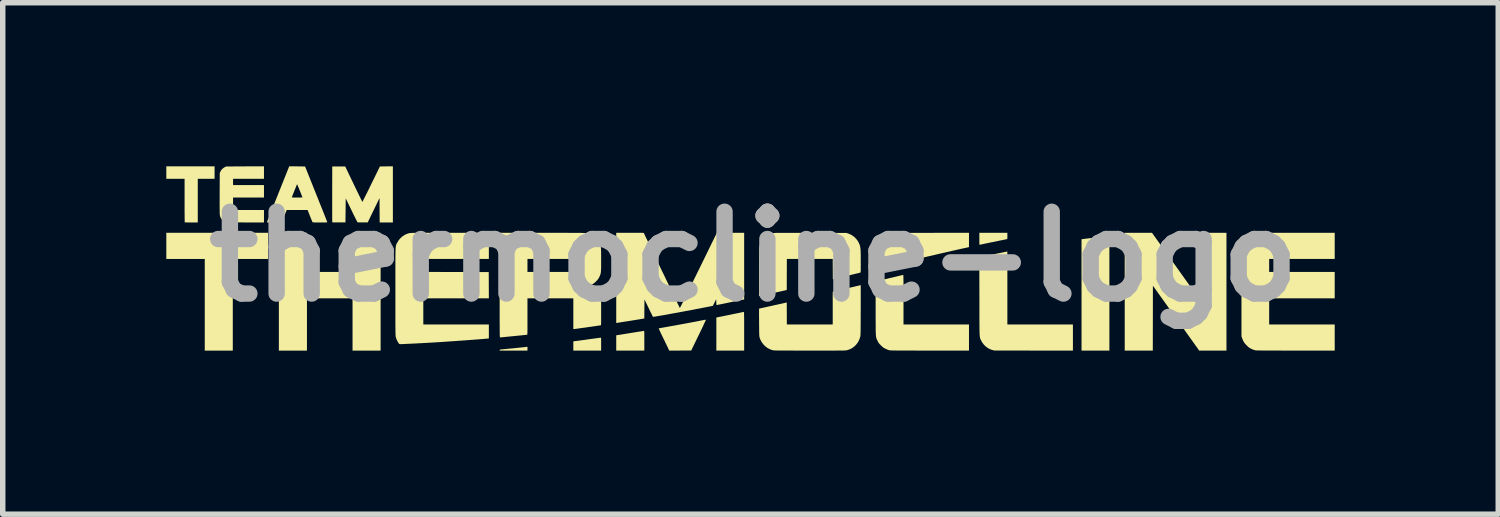
<source format=kicad_pcb>
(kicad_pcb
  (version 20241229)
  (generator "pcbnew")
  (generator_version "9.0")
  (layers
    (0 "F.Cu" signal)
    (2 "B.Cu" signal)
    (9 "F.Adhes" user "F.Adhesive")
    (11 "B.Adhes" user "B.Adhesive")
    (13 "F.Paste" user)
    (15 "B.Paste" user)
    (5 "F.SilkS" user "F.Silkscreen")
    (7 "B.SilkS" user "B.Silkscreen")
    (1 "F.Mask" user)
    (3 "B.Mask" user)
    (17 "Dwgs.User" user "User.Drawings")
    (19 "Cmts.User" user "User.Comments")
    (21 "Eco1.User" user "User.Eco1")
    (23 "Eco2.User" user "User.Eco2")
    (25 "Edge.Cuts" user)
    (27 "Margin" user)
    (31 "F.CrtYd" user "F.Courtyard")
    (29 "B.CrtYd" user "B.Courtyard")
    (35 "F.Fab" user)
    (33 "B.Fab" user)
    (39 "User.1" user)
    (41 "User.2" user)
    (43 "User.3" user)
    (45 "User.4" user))
  (footprint "thermocline-logo"
    (layer "F.Cu")
    (at 10.773 1.655)
    (property "Reference" "thermocline-logo" (at 0 0 0) (layer "F.Fab") (effects (font (size 1.5 1.5) (thickness 0.3))))
    (attr board_only exclude_from_pos_files exclude_from_bom)
    (fp_poly (pts (xy -8.907 -0.196) (xy -8.907 0.044) (xy -9.23 0.044) (xy -9.554 0.044) (xy -9.554 0.885) (xy -9.554 1.725) (xy -9.811 1.725) (xy -10.068 1.725) (xy -10.068 0.885) (xy -10.068 0.044) (xy -10.421 0.044) (xy -10.773 0.044) (xy -10.773 -0.196) (xy -10.773 -0.436) (xy -9.84 -0.436) (xy -8.907 -0.436)) (stroke (width 0) (type solid)) (fill yes) (layer "F.SilkS"))
    (fp_poly (pts (xy 7.728 0.159) (xy 8.152 0.754) (xy 8.153 0.159) (xy 8.154 -0.436) (xy 8.412 -0.436) (xy 8.669 -0.436) (xy 8.669 0.645) (xy 8.669 1.725) (xy 8.419 1.725) (xy 8.169 1.725) (xy 7.745 1.13) (xy 7.32 0.535) (xy 7.319 1.13) (xy 7.318 1.725) (xy 7.061 1.725) (xy 6.803 1.725) (xy 6.803 0.645) (xy 6.803 -0.436) (xy 7.053 -0.436) (xy 7.303 -0.436)) (stroke (width 0) (type solid)) (fill yes) (layer "F.SilkS"))
    (fp_poly (pts (xy -8.194 -0.077) (xy -8.194 0.282) (xy -7.776 0.282) (xy -7.358 0.282) (xy -7.358 -0.077) (xy -7.358 -0.436) (xy -7.1 -0.436) (xy -6.843 -0.436) (xy -6.843 0.645) (xy -6.843 1.725) (xy -7.1 1.725) (xy -7.358 1.725) (xy -7.358 1.245) (xy -7.358 0.766) (xy -7.776 0.766) (xy -8.194 0.766) (xy -8.194 1.245) (xy -8.194 1.725) (xy -8.451 1.725) (xy -8.709 1.725) (xy -8.709 0.645) (xy -8.709 -0.436) (xy -8.451 -0.436) (xy -8.194 -0.436)) (stroke (width 0) (type solid)) (fill yes) (layer "F.SilkS"))
    (fp_poly (pts (xy -4.15 1.689) (xy -4.15 1.725) (xy -4.405 1.725) (xy -4.661 1.725) (xy -4.659 1.715) (xy -4.657 1.708) (xy -4.65 1.705) (xy -4.64 1.704) (xy -4.63 1.703) (xy -4.612 1.701) (xy -4.588 1.699) (xy -4.559 1.696) (xy -4.526 1.693) (xy -4.489 1.689) (xy -4.45 1.686) (xy -4.41 1.682) (xy -4.37 1.678) (xy -4.331 1.674) (xy -4.293 1.67) (xy -4.259 1.666) (xy -4.228 1.663) (xy -4.202 1.661) (xy -4.183 1.658) (xy -4.17 1.657) (xy -4.166 1.656) (xy -4.15 1.654)) (stroke (width 0) (type solid)) (fill yes) (layer "F.SilkS"))
    (fp_poly (pts (xy 6.522 0.676) (xy 6.522 1.725) (xy 6.266 1.725) (xy 6.011 1.725) (xy 6.011 0.704) (xy 6.011 -0.317) (xy 6.021 -0.319) (xy 6.029 -0.32) (xy 6.044 -0.322) (xy 6.066 -0.325) (xy 6.093 -0.328) (xy 6.125 -0.332) (xy 6.16 -0.336) (xy 6.197 -0.34) (xy 6.235 -0.344) (xy 6.273 -0.348) (xy 6.309 -0.352) (xy 6.344 -0.356) (xy 6.375 -0.359) (xy 6.394 -0.361) (xy 6.423 -0.363) (xy 6.45 -0.366) (xy 6.473 -0.368) (xy 6.492 -0.37) (xy 6.503 -0.371) (xy 6.505 -0.371) (xy 6.522 -0.373)) (stroke (width 0) (type solid)) (fill yes) (layer "F.SilkS"))
    (fp_poly (pts (xy -2.804 1.488) (xy -2.802 1.49) (xy -2.801 1.495) (xy -2.8 1.504) (xy -2.799 1.517) (xy -2.799 1.536) (xy -2.799 1.561) (xy -2.799 1.594) (xy -2.799 1.606) (xy -2.799 1.725) (xy -3.054 1.725) (xy -3.309 1.725) (xy -3.309 1.64) (xy -3.309 1.555) (xy -3.2 1.541) (xy -3.166 1.536) (xy -3.126 1.531) (xy -3.082 1.525) (xy -3.036 1.518) (xy -2.992 1.512) (xy -2.953 1.507) (xy -2.919 1.502) (xy -2.887 1.498) (xy -2.859 1.494) (xy -2.836 1.491) (xy -2.819 1.489) (xy -2.809 1.488) (xy -2.806 1.487)) (stroke (width 0) (type solid)) (fill yes) (layer "F.SilkS"))
    (fp_poly (pts (xy -9.888 -1.54) (xy -9.888 -1.426) (xy -10.042 -1.426) (xy -10.196 -1.426) (xy -10.196 -1.025) (xy -10.196 -0.625) (xy -10.314 -0.625) (xy -10.346 -0.625) (xy -10.374 -0.625) (xy -10.398 -0.626) (xy -10.418 -0.626) (xy -10.43 -0.627) (xy -10.435 -0.628) (xy -10.435 -0.628) (xy -10.436 -0.633) (xy -10.436 -0.645) (xy -10.436 -0.666) (xy -10.437 -0.693) (xy -10.437 -0.727) (xy -10.437 -0.766) (xy -10.438 -0.811) (xy -10.438 -0.86) (xy -10.438 -0.912) (xy -10.438 -0.968) (xy -10.438 -1.026) (xy -10.438 -1.028) (xy -10.438 -1.426) (xy -10.605 -1.426) (xy -10.773 -1.426) (xy -10.773 -1.54) (xy -10.773 -1.655) (xy -10.33 -1.655) (xy -9.888 -1.655)) (stroke (width 0) (type solid)) (fill yes) (layer "F.SilkS"))
    (fp_poly (pts (xy -2.011 1.363) (xy -2.01 1.368) (xy -2.009 1.378) (xy -2.008 1.393) (xy -2.007 1.414) (xy -2.007 1.441) (xy -2.007 1.476) (xy -2.007 1.518) (xy -2.007 1.543) (xy -2.007 1.725) (xy -2.264 1.725) (xy -2.522 1.725) (xy -2.522 1.585) (xy -2.522 1.444) (xy -2.492 1.439) (xy -2.48 1.438) (xy -2.462 1.435) (xy -2.437 1.431) (xy -2.407 1.426) (xy -2.373 1.42) (xy -2.337 1.415) (xy -2.308 1.41) (xy -2.269 1.404) (xy -2.229 1.397) (xy -2.19 1.391) (xy -2.154 1.385) (xy -2.122 1.38) (xy -2.097 1.376) (xy -2.086 1.375) (xy -2.062 1.371) (xy -2.041 1.367) (xy -2.025 1.365) (xy -2.015 1.363) (xy -2.012 1.362)) (stroke (width 0) (type solid)) (fill yes) (layer "F.SilkS"))
    (fp_poly (pts (xy -0.18 1.015) (xy -0.18 1.02) (xy -0.179 1.029) (xy -0.178 1.043) (xy -0.178 1.061) (xy -0.177 1.085) (xy -0.177 1.115) (xy -0.176 1.151) (xy -0.176 1.195) (xy -0.176 1.245) (xy -0.176 1.304) (xy -0.176 1.369) (xy -0.176 1.725) (xy -0.431 1.725) (xy -0.686 1.725) (xy -0.686 1.422) (xy -0.686 1.118) (xy -0.663 1.114) (xy -0.652 1.111) (xy -0.633 1.107) (xy -0.607 1.102) (xy -0.576 1.096) (xy -0.542 1.089) (xy -0.504 1.081) (xy -0.465 1.073) (xy -0.425 1.065) (xy -0.386 1.057) (xy -0.349 1.049) (xy -0.315 1.042) (xy -0.284 1.036) (xy -0.273 1.034) (xy -0.246 1.028) (xy -0.222 1.023) (xy -0.203 1.019) (xy -0.189 1.016) (xy -0.182 1.014) (xy -0.182 1.014)) (stroke (width 0) (type solid)) (fill yes) (layer "F.SilkS"))
    (fp_poly (pts (xy 4.651 -0.379) (xy 4.651 -0.355) (xy 4.651 -0.339) (xy 4.65 -0.329) (xy 4.648 -0.323) (xy 4.646 -0.321) (xy 4.642 -0.319) (xy 4.641 -0.319) (xy 4.635 -0.318) (xy 4.621 -0.315) (xy 4.6 -0.311) (xy 4.574 -0.305) (xy 4.543 -0.299) (xy 4.508 -0.292) (xy 4.471 -0.284) (xy 4.46 -0.282) (xy 4.419 -0.273) (xy 4.377 -0.265) (xy 4.336 -0.257) (xy 4.298 -0.249) (xy 4.265 -0.242) (xy 4.236 -0.236) (xy 4.216 -0.231) (xy 4.192 -0.226) (xy 4.17 -0.222) (xy 4.154 -0.218) (xy 4.143 -0.216) (xy 4.14 -0.216) (xy 4.139 -0.22) (xy 4.138 -0.232) (xy 4.137 -0.25) (xy 4.137 -0.273) (xy 4.137 -0.301) (xy 4.137 -0.326) (xy 4.137 -0.436) (xy 4.394 -0.436) (xy 4.651 -0.436)) (stroke (width 0) (type solid)) (fill yes) (layer "F.SilkS"))
    (fp_poly (pts (xy -0.879 1.162) (xy -0.883 1.174) (xy -0.891 1.192) (xy -0.903 1.216) (xy -0.917 1.246) (xy -0.933 1.282) (xy -0.952 1.321) (xy -0.973 1.365) (xy -0.996 1.412) (xy -1.01 1.441) (xy -1.147 1.723) (xy -1.348 1.724) (xy -1.55 1.725) (xy -1.573 1.676) (xy -1.58 1.66) (xy -1.591 1.638) (xy -1.604 1.61) (xy -1.62 1.579) (xy -1.636 1.544) (xy -1.654 1.508) (xy -1.671 1.472) (xy -1.688 1.438) (xy -1.703 1.406) (xy -1.716 1.378) (xy -1.727 1.355) (xy -1.736 1.336) (xy -1.741 1.323) (xy -1.743 1.317) (xy -1.743 1.317) (xy -1.739 1.316) (xy -1.726 1.314) (xy -1.707 1.31) (xy -1.682 1.306) (xy -1.652 1.3) (xy -1.618 1.294) (xy -1.582 1.288) (xy -1.578 1.287) (xy -1.512 1.275) (xy -1.441 1.263) (xy -1.369 1.249) (xy -1.295 1.236) (xy -1.222 1.222) (xy -1.152 1.209) (xy -1.086 1.197) (xy -1.025 1.185) (xy -0.984 1.177) (xy -0.955 1.171) (xy -0.929 1.166) (xy -0.907 1.162) (xy -0.89 1.16) (xy -0.88 1.158) (xy -0.878 1.158)) (stroke (width 0) (type solid)) (fill yes) (layer "F.SilkS"))
    (fp_poly (pts (xy -8.982 -1.54) (xy -8.982 -1.426) (xy -9.265 -1.426) (xy -9.549 -1.426) (xy -9.549 -1.369) (xy -9.549 -1.311) (xy -9.265 -1.311) (xy -8.982 -1.311) (xy -8.982 -1.197) (xy -8.982 -1.083) (xy -9.265 -1.083) (xy -9.549 -1.083) (xy -9.549 -0.968) (xy -9.549 -0.854) (xy -9.265 -0.854) (xy -8.982 -0.854) (xy -8.982 -0.739) (xy -8.982 -0.625) (xy -9.313 -0.625) (xy -9.366 -0.626) (xy -9.418 -0.626) (xy -9.467 -0.626) (xy -9.512 -0.626) (xy -9.553 -0.627) (xy -9.588 -0.627) (xy -9.618 -0.628) (xy -9.641 -0.628) (xy -9.657 -0.629) (xy -9.665 -0.629) (xy -9.665 -0.629) (xy -9.698 -0.639) (xy -9.729 -0.657) (xy -9.747 -0.673) (xy -9.77 -0.701) (xy -9.784 -0.732) (xy -9.792 -0.762) (xy -9.792 -0.772) (xy -9.793 -0.79) (xy -9.794 -0.816) (xy -9.794 -0.849) (xy -9.795 -0.89) (xy -9.795 -0.937) (xy -9.795 -0.991) (xy -9.795 -1.051) (xy -9.795 -1.116) (xy -9.795 -1.16) (xy -9.793 -1.529) (xy -9.783 -1.554) (xy -9.766 -1.585) (xy -9.742 -1.612) (xy -9.713 -1.633) (xy -9.704 -1.638) (xy -9.675 -1.652) (xy -9.328 -1.654) (xy -8.982 -1.655)) (stroke (width 0) (type solid)) (fill yes) (layer "F.SilkS"))
    (fp_poly (pts (xy 3.947 -0.305) (xy 3.947 -0.173) (xy 3.852 -0.152) (xy 3.821 -0.146) (xy 3.791 -0.139) (xy 3.762 -0.132) (xy 3.731 -0.126) (xy 3.699 -0.118) (xy 3.663 -0.11) (xy 3.623 -0.101) (xy 3.577 -0.09) (xy 3.526 -0.079) (xy 3.467 -0.065) (xy 3.461 -0.064) (xy 3.406 -0.051) (xy 3.358 -0.04) (xy 3.317 -0.03) (xy 3.282 -0.022) (xy 3.251 -0.015) (xy 3.225 -0.009) (xy 3.201 -0.004) (xy 3.18 0.001) (xy 3.16 0.006) (xy 3.14 0.011) (xy 3.12 0.016) (xy 3.097 0.021) (xy 3.094 0.022) (xy 3.002 0.044) (xy 2.874 0.044) (xy 2.746 0.044) (xy 2.746 0.075) (xy 2.746 0.09) (xy 2.745 0.101) (xy 2.744 0.106) (xy 2.744 0.106) (xy 2.739 0.107) (xy 2.726 0.11) (xy 2.705 0.115) (xy 2.677 0.121) (xy 2.642 0.13) (xy 2.6 0.14) (xy 2.552 0.151) (xy 2.497 0.165) (xy 2.437 0.179) (xy 2.372 0.195) (xy 2.301 0.212) (xy 2.296 0.213) (xy 2.235 0.228) (xy 2.235 0.039) (xy 2.236 -0.012) (xy 2.236 -0.054) (xy 2.236 -0.09) (xy 2.237 -0.12) (xy 2.238 -0.144) (xy 2.24 -0.165) (xy 2.243 -0.183) (xy 2.246 -0.198) (xy 2.251 -0.212) (xy 2.256 -0.226) (xy 2.263 -0.241) (xy 2.27 -0.255) (xy 2.279 -0.274) (xy 2.289 -0.29) (xy 2.299 -0.304) (xy 2.313 -0.32) (xy 2.332 -0.339) (xy 2.332 -0.339) (xy 2.36 -0.365) (xy 2.387 -0.386) (xy 2.416 -0.403) (xy 2.449 -0.417) (xy 2.464 -0.423) (xy 2.493 -0.433) (xy 3.22 -0.435) (xy 3.947 -0.436)) (stroke (width 0) (type solid)) (fill yes) (layer "F.SilkS"))
    (fp_poly (pts (xy -6.618 -1.14) (xy -6.618 -0.625) (xy -6.739 -0.625) (xy -6.86 -0.625) (xy -6.862 -0.849) (xy -6.863 -1.073) (xy -6.971 -0.85) (xy -7.079 -0.627) (xy -7.171 -0.626) (xy -7.202 -0.626) (xy -7.229 -0.626) (xy -7.249 -0.627) (xy -7.262 -0.628) (xy -7.267 -0.629) (xy -7.27 -0.634) (xy -7.276 -0.646) (xy -7.286 -0.664) (xy -7.298 -0.688) (xy -7.312 -0.717) (xy -7.329 -0.75) (xy -7.347 -0.787) (xy -7.366 -0.827) (xy -7.378 -0.851) (xy -7.483 -1.068) (xy -7.485 -0.848) (xy -7.488 -0.627) (xy -7.608 -0.626) (xy -7.645 -0.626) (xy -7.674 -0.626) (xy -7.697 -0.626) (xy -7.712 -0.627) (xy -7.723 -0.628) (xy -7.728 -0.629) (xy -7.73 -0.63) (xy -7.73 -0.635) (xy -7.73 -0.649) (xy -7.73 -0.67) (xy -7.731 -0.698) (xy -7.731 -0.732) (xy -7.731 -0.773) (xy -7.731 -0.819) (xy -7.731 -0.87) (xy -7.731 -0.926) (xy -7.731 -0.985) (xy -7.731 -1.047) (xy -7.731 -1.113) (xy -7.731 -1.144) (xy -7.73 -1.652) (xy -7.611 -1.652) (xy -7.492 -1.652) (xy -7.337 -1.329) (xy -7.313 -1.279) (xy -7.29 -1.231) (xy -7.268 -1.186) (xy -7.248 -1.145) (xy -7.23 -1.108) (xy -7.214 -1.075) (xy -7.201 -1.048) (xy -7.19 -1.027) (xy -7.183 -1.012) (xy -7.179 -1.004) (xy -7.178 -1.003) (xy -7.176 -1.006) (xy -7.17 -1.017) (xy -7.161 -1.034) (xy -7.149 -1.058) (xy -7.134 -1.087) (xy -7.117 -1.122) (xy -7.097 -1.16) (xy -7.076 -1.203) (xy -7.053 -1.249) (xy -7.03 -1.298) (xy -7.016 -1.326) (xy -6.856 -1.652) (xy -6.737 -1.654) (xy -6.618 -1.655)) (stroke (width 0) (type solid)) (fill yes) (layer "F.SilkS"))
    (fp_poly (pts (xy 4.65 -0.088) (xy 4.65 -0.075) (xy 4.65 -0.055) (xy 4.65 -0.027) (xy 4.651 0.008) (xy 4.651 0.049) (xy 4.651 0.096) (xy 4.651 0.148) (xy 4.651 0.206) (xy 4.651 0.268) (xy 4.651 0.334) (xy 4.651 0.404) (xy 4.651 0.476) (xy 4.651 0.552) (xy 4.651 0.576) (xy 4.651 1.245) (xy 5.252 1.245) (xy 5.853 1.245) (xy 5.853 1.485) (xy 5.853 1.725) (xy 5.134 1.725) (xy 5.055 1.724) (xy 4.979 1.724) (xy 4.905 1.724) (xy 4.834 1.724) (xy 4.768 1.724) (xy 4.705 1.724) (xy 4.647 1.724) (xy 4.594 1.724) (xy 4.547 1.723) (xy 4.506 1.723) (xy 4.471 1.723) (xy 4.443 1.723) (xy 4.423 1.723) (xy 4.411 1.722) (xy 4.407 1.722) (xy 4.354 1.707) (xy 4.305 1.685) (xy 4.262 1.656) (xy 4.224 1.62) (xy 4.192 1.579) (xy 4.174 1.547) (xy 4.169 1.538) (xy 4.165 1.53) (xy 4.162 1.523) (xy 4.158 1.517) (xy 4.155 1.51) (xy 4.153 1.502) (xy 4.15 1.494) (xy 4.148 1.484) (xy 4.146 1.472) (xy 4.145 1.458) (xy 4.143 1.442) (xy 4.142 1.422) (xy 4.141 1.399) (xy 4.14 1.371) (xy 4.14 1.34) (xy 4.139 1.303) (xy 4.139 1.262) (xy 4.139 1.215) (xy 4.138 1.161) (xy 4.138 1.102) (xy 4.138 1.035) (xy 4.138 0.961) (xy 4.138 0.88) (xy 4.138 0.79) (xy 4.138 0.734) (xy 4.136 0.014) (xy 4.146 0.012) (xy 4.155 0.01) (xy 4.171 0.006) (xy 4.193 0.001) (xy 4.221 -0.004) (xy 4.253 -0.011) (xy 4.289 -0.019) (xy 4.327 -0.027) (xy 4.367 -0.035) (xy 4.408 -0.043) (xy 4.448 -0.052) (xy 4.487 -0.06) (xy 4.524 -0.067) (xy 4.558 -0.074) (xy 4.588 -0.08) (xy 4.613 -0.085) (xy 4.633 -0.089) (xy 4.645 -0.092) (xy 4.65 -0.092)) (stroke (width 0) (type solid)) (fill yes) (layer "F.SilkS"))
    (fp_poly (pts (xy 9.74 -0.436) (xy 9.824 -0.436) (xy 9.917 -0.436) (xy 9.941 -0.436) (xy 10.654 -0.436) (xy 10.654 -0.196) (xy 10.654 0.044) (xy 10.053 0.044) (xy 9.452 0.044) (xy 9.452 0.163) (xy 9.452 0.282) (xy 10.053 0.282) (xy 10.654 0.282) (xy 10.654 0.524) (xy 10.654 0.766) (xy 10.053 0.766) (xy 9.452 0.766) (xy 9.452 1.006) (xy 9.452 1.245) (xy 10.053 1.245) (xy 10.654 1.245) (xy 10.654 1.485) (xy 10.654 1.725) (xy 9.938 1.725) (xy 9.842 1.725) (xy 9.755 1.725) (xy 9.676 1.724) (xy 9.604 1.724) (xy 9.54 1.724) (xy 9.483 1.724) (xy 9.432 1.724) (xy 9.387 1.724) (xy 9.349 1.723) (xy 9.315 1.723) (xy 9.286 1.722) (xy 9.262 1.722) (xy 9.242 1.722) (xy 9.226 1.721) (xy 9.214 1.72) (xy 9.204 1.72) (xy 9.197 1.719) (xy 9.193 1.718) (xy 9.176 1.713) (xy 9.155 1.706) (xy 9.133 1.696) (xy 9.123 1.691) (xy 9.102 1.681) (xy 9.086 1.671) (xy 9.07 1.658) (xy 9.053 1.643) (xy 9.041 1.631) (xy 9.012 1.6) (xy 8.989 1.569) (xy 8.972 1.537) (xy 8.957 1.5) (xy 8.956 1.497) (xy 8.944 1.463) (xy 8.944 0.645) (xy 8.944 -0.174) (xy 8.956 -0.209) (xy 8.971 -0.245) (xy 8.989 -0.278) (xy 9.012 -0.309) (xy 9.041 -0.341) (xy 9.06 -0.36) (xy 9.075 -0.373) (xy 9.09 -0.384) (xy 9.107 -0.394) (xy 9.122 -0.401) (xy 9.131 -0.406) (xy 9.139 -0.41) (xy 9.146 -0.413) (xy 9.153 -0.417) (xy 9.161 -0.42) (xy 9.169 -0.422) (xy 9.178 -0.424) (xy 9.189 -0.426) (xy 9.202 -0.428) (xy 9.217 -0.43) (xy 9.235 -0.431) (xy 9.256 -0.432) (xy 9.281 -0.433) (xy 9.31 -0.434) (xy 9.344 -0.434) (xy 9.382 -0.435) (xy 9.426 -0.435) (xy 9.475 -0.435) (xy 9.531 -0.436) (xy 9.593 -0.436) (xy 9.663 -0.436)) (stroke (width 0) (type solid)) (fill yes) (layer "F.SilkS"))
    (fp_poly (pts (xy 2.741 0.337) (xy 2.742 0.34) (xy 2.742 0.344) (xy 2.743 0.351) (xy 2.744 0.362) (xy 2.744 0.375) (xy 2.745 0.393) (xy 2.745 0.415) (xy 2.745 0.442) (xy 2.746 0.475) (xy 2.746 0.514) (xy 2.746 0.559) (xy 2.746 0.611) (xy 2.746 0.671) (xy 2.746 0.739) (xy 2.746 0.79) (xy 2.746 1.245) (xy 3.347 1.245) (xy 3.947 1.245) (xy 3.947 1.485) (xy 3.947 1.725) (xy 3.231 1.725) (xy 3.136 1.725) (xy 3.048 1.725) (xy 2.969 1.724) (xy 2.898 1.724) (xy 2.834 1.724) (xy 2.777 1.724) (xy 2.726 1.724) (xy 2.681 1.724) (xy 2.642 1.723) (xy 2.608 1.723) (xy 2.58 1.722) (xy 2.556 1.722) (xy 2.536 1.722) (xy 2.52 1.721) (xy 2.507 1.72) (xy 2.497 1.72) (xy 2.49 1.719) (xy 2.486 1.718) (xy 2.47 1.713) (xy 2.449 1.706) (xy 2.427 1.696) (xy 2.416 1.691) (xy 2.397 1.681) (xy 2.381 1.672) (xy 2.366 1.661) (xy 2.35 1.646) (xy 2.332 1.629) (xy 2.313 1.61) (xy 2.299 1.594) (xy 2.289 1.58) (xy 2.28 1.565) (xy 2.27 1.546) (xy 2.269 1.545) (xy 2.264 1.534) (xy 2.26 1.525) (xy 2.256 1.516) (xy 2.252 1.507) (xy 2.249 1.498) (xy 2.246 1.487) (xy 2.244 1.475) (xy 2.242 1.462) (xy 2.24 1.445) (xy 2.239 1.426) (xy 2.238 1.402) (xy 2.237 1.375) (xy 2.236 1.343) (xy 2.236 1.306) (xy 2.236 1.263) (xy 2.236 1.214) (xy 2.235 1.158) (xy 2.235 1.095) (xy 2.235 1.025) (xy 2.235 0.949) (xy 2.235 0.458) (xy 2.252 0.453) (xy 2.261 0.451) (xy 2.278 0.447) (xy 2.301 0.441) (xy 2.331 0.434) (xy 2.366 0.426) (xy 2.406 0.416) (xy 2.449 0.406) (xy 2.496 0.394) (xy 2.545 0.383) (xy 2.595 0.371) (xy 2.636 0.361) (xy 2.664 0.354) (xy 2.689 0.348) (xy 2.711 0.343) (xy 2.727 0.339) (xy 2.737 0.337) (xy 2.738 0.336) (xy 2.739 0.336)) (stroke (width 0) (type solid)) (fill yes) (layer "F.SilkS"))
    (fp_poly (pts (xy 0.684 -0.435) (xy 0.744 -0.435) (xy 0.81 -0.435) (xy 0.884 -0.435) (xy 0.966 -0.435) (xy 1.041 -0.435) (xy 1.701 -0.433) (xy 1.738 -0.421) (xy 1.784 -0.4) (xy 1.827 -0.373) (xy 1.865 -0.339) (xy 1.898 -0.3) (xy 1.924 -0.258) (xy 1.942 -0.216) (xy 1.947 -0.201) (xy 1.95 -0.186) (xy 1.953 -0.17) (xy 1.956 -0.152) (xy 1.958 -0.13) (xy 1.96 -0.104) (xy 1.961 -0.074) (xy 1.962 -0.038) (xy 1.962 0.005) (xy 1.962 0.054) (xy 1.962 0.1) (xy 1.963 0.146) (xy 1.962 0.184) (xy 1.962 0.215) (xy 1.962 0.239) (xy 1.962 0.258) (xy 1.961 0.272) (xy 1.96 0.281) (xy 1.959 0.288) (xy 1.958 0.291) (xy 1.956 0.293) (xy 1.955 0.294) (xy 1.949 0.295) (xy 1.936 0.299) (xy 1.916 0.304) (xy 1.889 0.31) (xy 1.857 0.318) (xy 1.82 0.327) (xy 1.78 0.337) (xy 1.736 0.348) (xy 1.699 0.357) (xy 1.45 0.416) (xy 1.449 0.23) (xy 1.448 0.044) (xy 1.028 0.044) (xy 0.607 0.044) (xy 0.606 0.329) (xy 0.605 0.613) (xy 0.365 0.667) (xy 0.32 0.677) (xy 0.277 0.686) (xy 0.238 0.695) (xy 0.202 0.703) (xy 0.171 0.71) (xy 0.145 0.716) (xy 0.126 0.72) (xy 0.114 0.722) (xy 0.111 0.723) (xy 0.097 0.726) (xy 0.098 0.278) (xy 0.098 0.205) (xy 0.098 0.141) (xy 0.099 0.084) (xy 0.099 0.034) (xy 0.099 -0.009) (xy 0.1 -0.046) (xy 0.1 -0.078) (xy 0.1 -0.104) (xy 0.101 -0.126) (xy 0.101 -0.143) (xy 0.102 -0.157) (xy 0.103 -0.169) (xy 0.104 -0.178) (xy 0.105 -0.185) (xy 0.106 -0.19) (xy 0.107 -0.195) (xy 0.107 -0.196) (xy 0.127 -0.246) (xy 0.153 -0.292) (xy 0.186 -0.332) (xy 0.224 -0.367) (xy 0.268 -0.396) (xy 0.315 -0.418) (xy 0.346 -0.427) (xy 0.351 -0.428) (xy 0.356 -0.429) (xy 0.361 -0.43) (xy 0.368 -0.431) (xy 0.376 -0.432) (xy 0.386 -0.433) (xy 0.398 -0.433) (xy 0.413 -0.434) (xy 0.431 -0.434) (xy 0.453 -0.434) (xy 0.479 -0.435) (xy 0.509 -0.435) (xy 0.544 -0.435) (xy 0.585 -0.435) (xy 0.631 -0.435)) (stroke (width 0) (type solid)) (fill yes) (layer "F.SilkS"))
    (fp_poly (pts (xy -8.373 -1.654) (xy -8.228 -1.652) (xy -8.024 -1.142) (xy -7.998 -1.078) (xy -7.974 -1.016) (xy -7.95 -0.957) (xy -7.928 -0.902) (xy -7.907 -0.85) (xy -7.888 -0.802) (xy -7.871 -0.759) (xy -7.856 -0.721) (xy -7.844 -0.689) (xy -7.833 -0.664) (xy -7.826 -0.644) (xy -7.821 -0.632) (xy -7.82 -0.628) (xy -7.824 -0.627) (xy -7.836 -0.627) (xy -7.855 -0.626) (xy -7.879 -0.625) (xy -7.908 -0.625) (xy -7.94 -0.625) (xy -7.953 -0.625) (xy -7.994 -0.625) (xy -8.026 -0.625) (xy -8.051 -0.626) (xy -8.069 -0.627) (xy -8.082 -0.628) (xy -8.089 -0.629) (xy -8.091 -0.63) (xy -8.094 -0.636) (xy -8.1 -0.648) (xy -8.107 -0.667) (xy -8.117 -0.69) (xy -8.128 -0.717) (xy -8.139 -0.745) (xy -8.182 -0.854) (xy -8.374 -0.854) (xy -8.566 -0.854) (xy -8.611 -0.739) (xy -8.657 -0.625) (xy -8.793 -0.625) (xy -8.826 -0.625) (xy -8.857 -0.625) (xy -8.883 -0.625) (xy -8.905 -0.626) (xy -8.92 -0.626) (xy -8.928 -0.627) (xy -8.929 -0.627) (xy -8.927 -0.631) (xy -8.922 -0.643) (xy -8.915 -0.662) (xy -8.905 -0.688) (xy -8.892 -0.72) (xy -8.877 -0.758) (xy -8.86 -0.801) (xy -8.841 -0.849) (xy -8.82 -0.901) (xy -8.798 -0.957) (xy -8.774 -1.016) (xy -8.75 -1.077) (xy -8.745 -1.088) (xy -8.47 -1.088) (xy -8.468 -1.086) (xy -8.464 -1.084) (xy -8.455 -1.084) (xy -8.441 -1.083) (xy -8.421 -1.083) (xy -8.394 -1.083) (xy -8.375 -1.083) (xy -8.347 -1.083) (xy -8.322 -1.083) (xy -8.301 -1.084) (xy -8.286 -1.084) (xy -8.278 -1.085) (xy -8.277 -1.086) (xy -8.279 -1.092) (xy -8.283 -1.104) (xy -8.29 -1.121) (xy -8.299 -1.143) (xy -8.308 -1.168) (xy -8.319 -1.194) (xy -8.33 -1.221) (xy -8.341 -1.248) (xy -8.351 -1.272) (xy -8.36 -1.293) (xy -8.367 -1.31) (xy -8.373 -1.322) (xy -8.375 -1.326) (xy -8.375 -1.326) (xy -8.378 -1.321) (xy -8.383 -1.309) (xy -8.39 -1.291) (xy -8.399 -1.269) (xy -8.409 -1.244) (xy -8.42 -1.218) (xy -8.431 -1.19) (xy -8.441 -1.164) (xy -8.451 -1.14) (xy -8.459 -1.119) (xy -8.465 -1.103) (xy -8.469 -1.093) (xy -8.47 -1.09) (xy -8.47 -1.088) (xy -8.745 -1.088) (xy -8.724 -1.141) (xy -8.724 -1.142) (xy -8.519 -1.655)) (stroke (width 0) (type solid)) (fill yes) (layer "F.SilkS"))
    (fp_poly (pts (xy -0.176 0.175) (xy -0.176 0.786) (xy -0.311 0.814) (xy -0.352 0.822) (xy -0.397 0.831) (xy -0.443 0.841) (xy -0.488 0.85) (xy -0.529 0.859) (xy -0.56 0.865) (xy -0.591 0.872) (xy -0.619 0.877) (xy -0.643 0.882) (xy -0.662 0.886) (xy -0.675 0.888) (xy -0.68 0.889) (xy -0.683 0.887) (xy -0.685 0.881) (xy -0.686 0.87) (xy -0.687 0.852) (xy -0.687 0.836) (xy -0.689 0.782) (xy -0.719 0.843) (xy -0.75 0.904) (xy -0.836 0.921) (xy -0.868 0.927) (xy -0.905 0.934) (xy -0.945 0.942) (xy -0.985 0.95) (xy -1.021 0.957) (xy -1.023 0.957) (xy -1.075 0.967) (xy -1.129 0.978) (xy -1.186 0.989) (xy -1.244 0.999) (xy -1.302 1.01) (xy -1.361 1.021) (xy -1.42 1.032) (xy -1.477 1.042) (xy -1.532 1.052) (xy -1.585 1.062) (xy -1.635 1.071) (xy -1.682 1.079) (xy -1.724 1.086) (xy -1.761 1.092) (xy -1.792 1.098) (xy -1.817 1.102) (xy -1.835 1.104) (xy -1.846 1.105) (xy -1.849 1.105) (xy -1.851 1.101) (xy -1.857 1.089) (xy -1.866 1.072) (xy -1.877 1.048) (xy -1.891 1.021) (xy -1.906 0.99) (xy -1.922 0.956) (xy -1.928 0.944) (xy -2.004 0.786) (xy -2.006 0.961) (xy -2.007 1.135) (xy -2.017 1.137) (xy -2.025 1.139) (xy -2.043 1.142) (xy -2.069 1.146) (xy -2.103 1.152) (xy -2.146 1.159) (xy -2.198 1.167) (xy -2.258 1.177) (xy -2.327 1.188) (xy -2.343 1.19) (xy -2.38 1.196) (xy -2.413 1.201) (xy -2.444 1.206) (xy -2.47 1.21) (xy -2.49 1.214) (xy -2.504 1.216) (xy -2.509 1.217) (xy -2.522 1.219) (xy -2.522 0.392) (xy -2.522 -0.436) (xy -2.27 -0.436) (xy -2.018 -0.435) (xy -1.688 0.254) (xy -1.652 0.327) (xy -1.618 0.398) (xy -1.585 0.467) (xy -1.554 0.532) (xy -1.524 0.595) (xy -1.496 0.653) (xy -1.47 0.708) (xy -1.446 0.757) (xy -1.424 0.802) (xy -1.405 0.842) (xy -1.389 0.875) (xy -1.375 0.903) (xy -1.365 0.924) (xy -1.358 0.937) (xy -1.355 0.944) (xy -1.355 0.944) (xy -1.353 0.94) (xy -1.347 0.929) (xy -1.338 0.911) (xy -1.325 0.886) (xy -1.309 0.855) (xy -1.291 0.817) (xy -1.27 0.774) (xy -1.246 0.727) (xy -1.22 0.674) (xy -1.192 0.617) (xy -1.162 0.556) (xy -1.131 0.492) (xy -1.098 0.424) (xy -1.063 0.354) (xy -1.028 0.282) (xy -1.015 0.256) (xy -0.678 -0.433) (xy -0.427 -0.435) (xy -0.176 -0.436)) (stroke (width 0) (type solid)) (fill yes) (layer "F.SilkS"))
    (fp_poly (pts (xy 1.961 0.528) (xy 1.962 0.54) (xy 1.962 0.561) (xy 1.962 0.588) (xy 1.962 0.622) (xy 1.962 0.661) (xy 1.962 0.706) (xy 1.962 0.756) (xy 1.962 0.81) (xy 1.962 0.868) (xy 1.962 0.928) (xy 1.962 0.985) (xy 1.961 1.058) (xy 1.961 1.124) (xy 1.961 1.182) (xy 1.961 1.232) (xy 1.96 1.276) (xy 1.96 1.314) (xy 1.96 1.346) (xy 1.959 1.373) (xy 1.959 1.395) (xy 1.958 1.414) (xy 1.958 1.429) (xy 1.957 1.441) (xy 1.956 1.451) (xy 1.955 1.459) (xy 1.954 1.465) (xy 1.953 1.471) (xy 1.951 1.476) (xy 1.95 1.48) (xy 1.932 1.532) (xy 1.906 1.579) (xy 1.873 1.621) (xy 1.835 1.657) (xy 1.794 1.684) (xy 1.753 1.704) (xy 1.714 1.716) (xy 1.71 1.717) (xy 1.704 1.718) (xy 1.699 1.719) (xy 1.692 1.72) (xy 1.684 1.721) (xy 1.674 1.722) (xy 1.661 1.722) (xy 1.646 1.723) (xy 1.628 1.723) (xy 1.606 1.724) (xy 1.579 1.724) (xy 1.548 1.724) (xy 1.513 1.724) (xy 1.471 1.725) (xy 1.424 1.725) (xy 1.371 1.725) (xy 1.31 1.725) (xy 1.243 1.725) (xy 1.168 1.725) (xy 1.085 1.725) (xy 1.028 1.725) (xy 0.939 1.725) (xy 0.859 1.725) (xy 0.786 1.725) (xy 0.721 1.724) (xy 0.663 1.724) (xy 0.612 1.724) (xy 0.567 1.724) (xy 0.527 1.724) (xy 0.493 1.724) (xy 0.464 1.723) (xy 0.439 1.723) (xy 0.418 1.722) (xy 0.401 1.722) (xy 0.387 1.721) (xy 0.375 1.721) (xy 0.366 1.72) (xy 0.359 1.719) (xy 0.352 1.718) (xy 0.347 1.717) (xy 0.344 1.717) (xy 0.297 1.7) (xy 0.252 1.677) (xy 0.211 1.646) (xy 0.175 1.609) (xy 0.144 1.567) (xy 0.12 1.521) (xy 0.107 1.485) (xy 0.106 1.479) (xy 0.104 1.471) (xy 0.103 1.462) (xy 0.102 1.451) (xy 0.101 1.436) (xy 0.1 1.418) (xy 0.1 1.394) (xy 0.099 1.366) (xy 0.099 1.331) (xy 0.099 1.289) (xy 0.098 1.24) (xy 0.098 1.207) (xy 0.098 1.161) (xy 0.097 1.117) (xy 0.097 1.077) (xy 0.097 1.042) (xy 0.097 1.011) (xy 0.097 0.986) (xy 0.097 0.968) (xy 0.098 0.958) (xy 0.098 0.955) (xy 0.102 0.954) (xy 0.114 0.951) (xy 0.134 0.947) (xy 0.159 0.941) (xy 0.191 0.934) (xy 0.227 0.926) (xy 0.267 0.917) (xy 0.31 0.908) (xy 0.352 0.898) (xy 0.605 0.842) (xy 0.606 1.044) (xy 0.607 1.245) (xy 1.028 1.245) (xy 1.448 1.245) (xy 1.448 0.946) (xy 1.448 0.647) (xy 1.466 0.642) (xy 1.475 0.64) (xy 1.491 0.636) (xy 1.513 0.631) (xy 1.541 0.624) (xy 1.573 0.616) (xy 1.607 0.608) (xy 1.639 0.6) (xy 1.679 0.591) (xy 1.721 0.581) (xy 1.762 0.571) (xy 1.8 0.562) (xy 1.835 0.554) (xy 1.864 0.547) (xy 1.876 0.544) (xy 1.902 0.538) (xy 1.925 0.532) (xy 1.943 0.528) (xy 1.956 0.525) (xy 1.961 0.524) (xy 1.961 0.524)) (stroke (width 0) (type solid)) (fill yes) (layer "F.SilkS"))
    (fp_poly (pts (xy -4.858 -0.196) (xy -4.858 0.044) (xy -5.459 0.044) (xy -6.06 0.044) (xy -6.06 0.163) (xy -6.06 0.282) (xy -5.46 0.283) (xy -4.86 0.284) (xy -4.859 0.525) (xy -4.858 0.766) (xy -5.459 0.766) (xy -6.06 0.766) (xy -6.06 1.006) (xy -6.06 1.245) (xy -5.459 1.245) (xy -4.858 1.245) (xy -4.858 1.373) (xy -4.858 1.5) (xy -4.868 1.502) (xy -4.876 1.504) (xy -4.893 1.505) (xy -4.917 1.507) (xy -4.947 1.51) (xy -4.984 1.513) (xy -5.026 1.516) (xy -5.073 1.52) (xy -5.124 1.524) (xy -5.179 1.528) (xy -5.236 1.532) (xy -5.295 1.537) (xy -5.356 1.541) (xy -5.418 1.545) (xy -5.479 1.55) (xy -5.541 1.554) (xy -5.601 1.558) (xy -5.659 1.562) (xy -5.714 1.566) (xy -5.767 1.569) (xy -5.815 1.572) (xy -5.859 1.575) (xy -5.862 1.575) (xy -5.892 1.577) (xy -5.929 1.579) (xy -5.969 1.581) (xy -6.013 1.584) (xy -6.059 1.586) (xy -6.107 1.589) (xy -6.156 1.591) (xy -6.204 1.594) (xy -6.252 1.596) (xy -6.297 1.598) (xy -6.339 1.6) (xy -6.378 1.602) (xy -6.412 1.604) (xy -6.44 1.605) (xy -6.462 1.606) (xy -6.476 1.606) (xy -6.481 1.606) (xy -6.492 1.605) (xy -6.501 1.602) (xy -6.509 1.594) (xy -6.513 1.587) (xy -6.528 1.565) (xy -6.542 1.537) (xy -6.555 1.507) (xy -6.564 1.48) (xy -6.564 1.479) (xy -6.565 1.475) (xy -6.566 1.47) (xy -6.567 1.465) (xy -6.568 1.458) (xy -6.568 1.449) (xy -6.569 1.438) (xy -6.57 1.424) (xy -6.57 1.407) (xy -6.57 1.387) (xy -6.571 1.363) (xy -6.571 1.335) (xy -6.571 1.303) (xy -6.572 1.266) (xy -6.572 1.223) (xy -6.572 1.174) (xy -6.572 1.12) (xy -6.572 1.059) (xy -6.572 0.991) (xy -6.572 0.916) (xy -6.572 0.833) (xy -6.572 0.742) (xy -6.572 0.645) (xy -6.572 0.544) (xy -6.572 0.452) (xy -6.572 0.368) (xy -6.572 0.292) (xy -6.572 0.223) (xy -6.572 0.16) (xy -6.572 0.104) (xy -6.572 0.055) (xy -6.572 0.01) (xy -6.571 -0.028) (xy -6.571 -0.062) (xy -6.57 -0.092) (xy -6.569 -0.117) (xy -6.568 -0.139) (xy -6.567 -0.158) (xy -6.566 -0.173) (xy -6.564 -0.186) (xy -6.562 -0.197) (xy -6.56 -0.206) (xy -6.558 -0.214) (xy -6.556 -0.221) (xy -6.553 -0.227) (xy -6.55 -0.233) (xy -6.547 -0.239) (xy -6.543 -0.246) (xy -6.539 -0.253) (xy -6.512 -0.299) (xy -6.478 -0.339) (xy -6.439 -0.373) (xy -6.395 -0.401) (xy -6.347 -0.421) (xy -6.326 -0.427) (xy -6.322 -0.428) (xy -6.317 -0.429) (xy -6.311 -0.43) (xy -6.305 -0.431) (xy -6.297 -0.432) (xy -6.287 -0.432) (xy -6.275 -0.433) (xy -6.26 -0.433) (xy -6.242 -0.434) (xy -6.221 -0.434) (xy -6.195 -0.435) (xy -6.166 -0.435) (xy -6.131 -0.435) (xy -6.091 -0.435) (xy -6.046 -0.435) (xy -5.995 -0.435) (xy -5.937 -0.436) (xy -5.872 -0.436) (xy -5.8 -0.436) (xy -5.72 -0.436) (xy -5.632 -0.436) (xy -5.575 -0.436) (xy -4.858 -0.436)) (stroke (width 0) (type solid)) (fill yes) (layer "F.SilkS"))
    (fp_poly (pts (xy -3.871 -0.436) (xy -3.771 -0.436) (xy -3.68 -0.436) (xy -3.596 -0.436) (xy -3.52 -0.436) (xy -3.452 -0.436) (xy -3.39 -0.435) (xy -3.334 -0.435) (xy -3.285 -0.435) (xy -3.241 -0.435) (xy -3.203 -0.434) (xy -3.169 -0.434) (xy -3.14 -0.433) (xy -3.114 -0.432) (xy -3.093 -0.431) (xy -3.074 -0.43) (xy -3.059 -0.428) (xy -3.046 -0.427) (xy -3.035 -0.425) (xy -3.026 -0.423) (xy -3.018 -0.42) (xy -3.011 -0.418) (xy -3.004 -0.415) (xy -2.997 -0.411) (xy -2.99 -0.408) (xy -2.983 -0.404) (xy -2.979 -0.402) (xy -2.96 -0.392) (xy -2.944 -0.382) (xy -2.929 -0.371) (xy -2.913 -0.357) (xy -2.895 -0.339) (xy -2.876 -0.32) (xy -2.862 -0.304) (xy -2.851 -0.289) (xy -2.842 -0.273) (xy -2.832 -0.255) (xy -2.825 -0.24) (xy -2.819 -0.227) (xy -2.814 -0.214) (xy -2.81 -0.201) (xy -2.807 -0.186) (xy -2.804 -0.17) (xy -2.802 -0.15) (xy -2.801 -0.126) (xy -2.8 -0.098) (xy -2.799 -0.064) (xy -2.799 -0.024) (xy -2.799 0.024) (xy -2.799 0.059) (xy -2.799 0.112) (xy -2.799 0.158) (xy -2.799 0.196) (xy -2.8 0.227) (xy -2.801 0.254) (xy -2.803 0.276) (xy -2.805 0.295) (xy -2.808 0.31) (xy -2.811 0.324) (xy -2.816 0.337) (xy -2.821 0.35) (xy -2.828 0.364) (xy -2.832 0.374) (xy -2.843 0.395) (xy -2.854 0.412) (xy -2.868 0.429) (xy -2.885 0.448) (xy -2.891 0.454) (xy -2.91 0.472) (xy -2.926 0.486) (xy -2.941 0.497) (xy -2.957 0.506) (xy -2.966 0.51) (xy -2.981 0.518) (xy -2.992 0.524) (xy -2.997 0.527) (xy -2.997 0.528) (xy -2.986 0.531) (xy -2.971 0.537) (xy -2.953 0.546) (xy -2.935 0.557) (xy -2.919 0.568) (xy -2.918 0.569) (xy -2.896 0.589) (xy -2.874 0.613) (xy -2.853 0.641) (xy -2.836 0.668) (xy -2.83 0.68) (xy -2.821 0.699) (xy -2.813 0.722) (xy -2.807 0.742) (xy -2.806 0.75) (xy -2.804 0.758) (xy -2.803 0.767) (xy -2.802 0.778) (xy -2.801 0.791) (xy -2.8 0.808) (xy -2.8 0.829) (xy -2.799 0.854) (xy -2.799 0.886) (xy -2.799 0.924) (xy -2.799 0.969) (xy -2.799 1.017) (xy -2.799 1.069) (xy -2.799 1.113) (xy -2.799 1.15) (xy -2.799 1.18) (xy -2.799 1.204) (xy -2.8 1.223) (xy -2.8 1.237) (xy -2.801 1.247) (xy -2.802 1.253) (xy -2.803 1.257) (xy -2.805 1.259) (xy -2.806 1.26) (xy -2.813 1.262) (xy -2.828 1.264) (xy -2.85 1.267) (xy -2.877 1.271) (xy -2.909 1.276) (xy -2.944 1.281) (xy -2.983 1.287) (xy -3.023 1.292) (xy -3.064 1.298) (xy -3.104 1.304) (xy -3.144 1.309) (xy -3.181 1.314) (xy -3.214 1.319) (xy -3.244 1.323) (xy -3.268 1.326) (xy -3.286 1.328) (xy -3.297 1.329) (xy -3.299 1.329) (xy -3.309 1.329) (xy -3.309 1.047) (xy -3.309 0.766) (xy -3.729 0.766) (xy -4.15 0.766) (xy -4.15 1.1) (xy -4.15 1.162) (xy -4.15 1.216) (xy -4.15 1.263) (xy -4.15 1.302) (xy -4.15 1.335) (xy -4.15 1.361) (xy -4.151 1.383) (xy -4.151 1.4) (xy -4.152 1.413) (xy -4.152 1.422) (xy -4.153 1.428) (xy -4.154 1.432) (xy -4.156 1.434) (xy -4.157 1.434) (xy -4.158 1.435) (xy -4.165 1.435) (xy -4.179 1.436) (xy -4.199 1.438) (xy -4.225 1.441) (xy -4.254 1.444) (xy -4.287 1.447) (xy -4.294 1.448) (xy -4.337 1.452) (xy -4.381 1.457) (xy -4.424 1.461) (xy -4.467 1.465) (xy -4.507 1.469) (xy -4.544 1.473) (xy -4.578 1.476) (xy -4.606 1.479) (xy -4.629 1.481) (xy -4.644 1.482) (xy -4.653 1.483) (xy -4.653 1.483) (xy -4.654 1.482) (xy -4.655 1.48) (xy -4.655 1.477) (xy -4.656 1.471) (xy -4.657 1.463) (xy -4.657 1.452) (xy -4.658 1.438) (xy -4.658 1.421) (xy -4.658 1.4) (xy -4.659 1.375) (xy -4.659 1.345) (xy -4.659 1.311) (xy -4.659 1.271) (xy -4.66 1.226) (xy -4.66 1.176) (xy -4.66 1.119) (xy -4.66 1.056) (xy -4.66 0.986) (xy -4.66 0.909) (xy -4.66 0.825) (xy -4.66 0.732) (xy -4.66 0.632) (xy -4.66 0.524) (xy -4.66 0.163) (xy -4.15 0.163) (xy -4.15 0.282) (xy -3.729 0.282) (xy -3.309 0.282) (xy -3.309 0.163) (xy -3.309 0.044) (xy -3.729 0.044) (xy -4.15 0.044) (xy -4.15 0.163) (xy -4.66 0.163) (xy -4.66 -0.436)) (stroke (width 0) (type solid)) (fill yes) (layer "F.SilkS")))
  (gr_rect
    (start -3 -3)
    (end 24.426 6.38)
    (stroke (width 0.1) (type default))
    (fill no)
    (layer "Edge.Cuts")))
</source>
